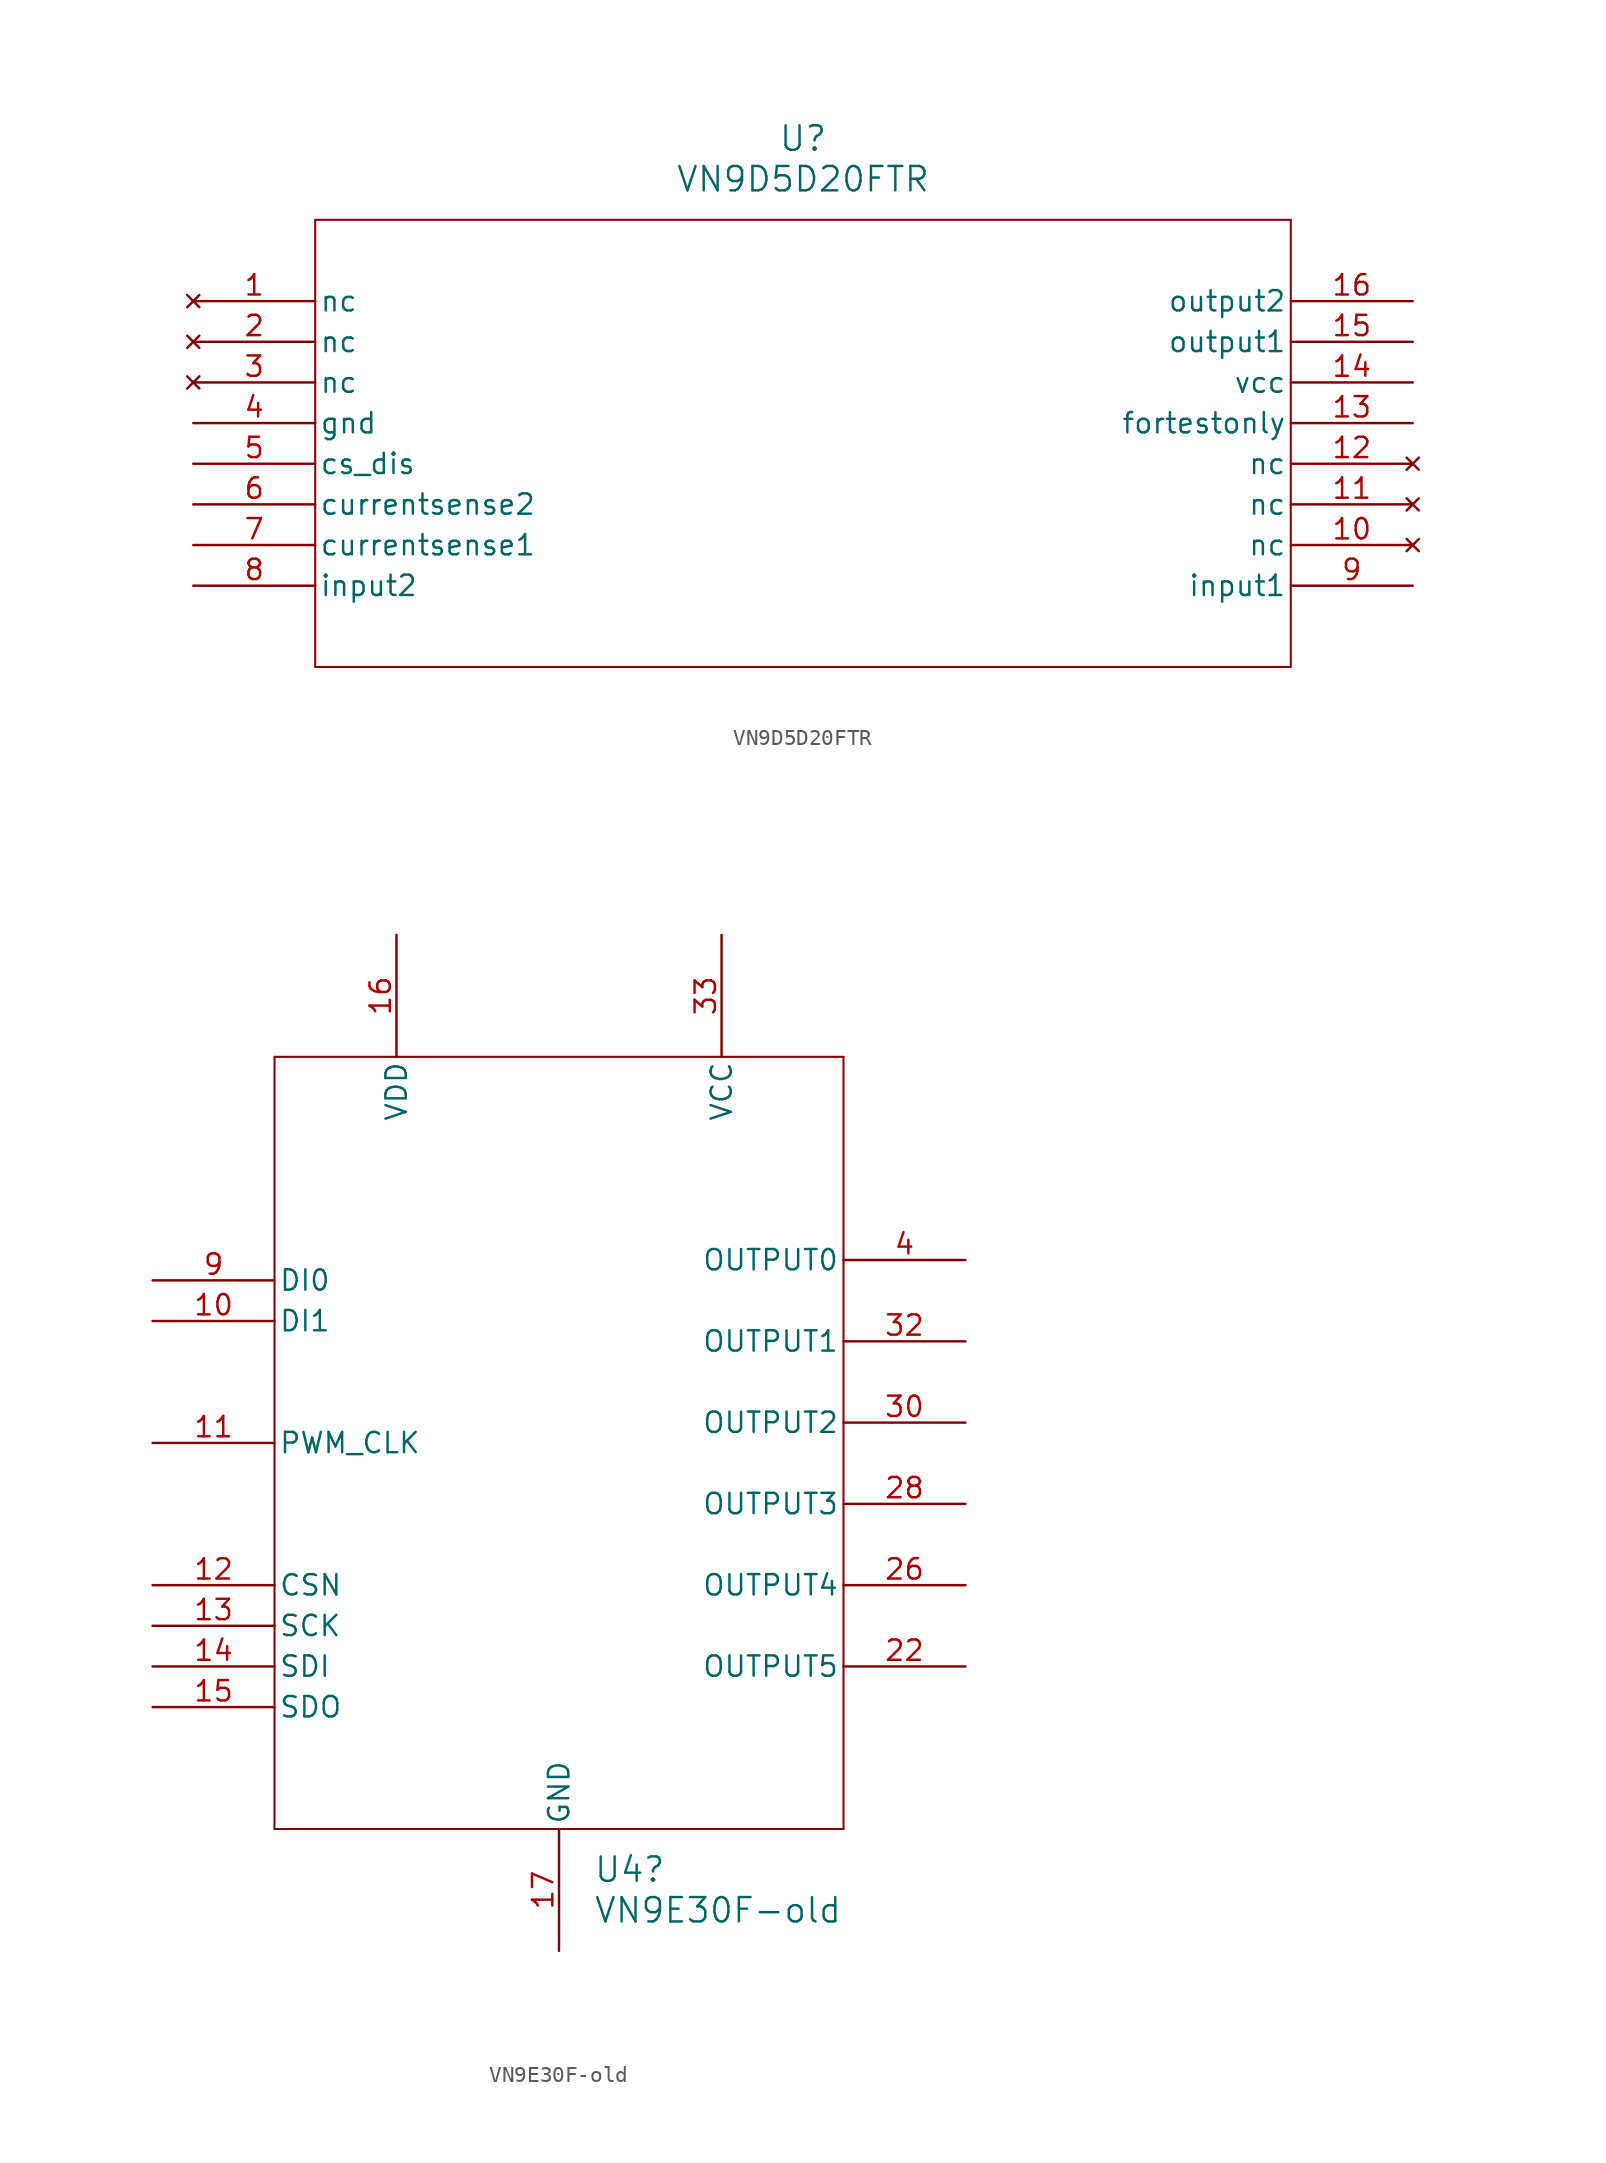
<source format=kicad_sym>
(kicad_symbol_lib
  (version 20241209)
  (generator "kicad_symbol_editor")
  (generator_version "9.0")
  (symbol "VN9D5D20FTR"
    (pin_names
      (offset 0.254))
    (property "Reference" "U"
      (at 38.1 10.16 0)
      (effects (font (size 1.524 1.524))))
    (property "Value" "VN9D5D20FTR"
      (at 38.1 7.62 0)
      (effects (font (size 1.524 1.524))))
    (property "ki_locked" ""
      (at 0 0 0)
      (effects (font (size 1.27 1.27))))
    (symbol "VN9D5D20FTR_0_1"
      (polyline (pts (xy 7.62 5.08) (xy 7.62 -22.86)) (stroke (width 0.127) (type default)) (fill (type none)))
      (polyline (pts (xy 7.62 -22.86) (xy 68.58 -22.86)) (stroke (width 0.127) (type default)) (fill (type none)))
      (polyline (pts (xy 68.58 5.08) (xy 7.62 5.08)) (stroke (width 0.127) (type default)) (fill (type none)))
      (polyline (pts (xy 68.58 -22.86) (xy 68.58 5.08)) (stroke (width 0.127) (type default)) (fill (type none)))
      (pin no_connect line (at 0 0 0) (length 7.62) (name "nc" (effects (font (size 1.27 1.27)))) (number "1" (effects (font (size 1.27 1.27)))))
      (pin no_connect line (at 0 -2.54 0) (length 7.62) (name "nc" (effects (font (size 1.27 1.27)))) (number "2" (effects (font (size 1.27 1.27)))))
      (pin no_connect line (at 0 -5.08 0) (length 7.62) (name "nc" (effects (font (size 1.27 1.27)))) (number "3" (effects (font (size 1.27 1.27)))))
      (pin power_out line (at 0 -7.62 0) (length 7.62) (name "gnd" (effects (font (size 1.27 1.27)))) (number "4" (effects (font (size 1.27 1.27)))))
      (pin unspecified line (at 0 -10.16 0) (length 7.62) (name "cs_dis" (effects (font (size 1.27 1.27)))) (number "5" (effects (font (size 1.27 1.27)))))
      (pin unspecified line (at 0 -12.7 0) (length 7.62) (name "currentsense2" (effects (font (size 1.27 1.27)))) (number "6" (effects (font (size 1.27 1.27)))))
      (pin unspecified line (at 0 -15.24 0) (length 7.62) (name "currentsense1" (effects (font (size 1.27 1.27)))) (number "7" (effects (font (size 1.27 1.27)))))
      (pin input line (at 0 -17.78 0) (length 7.62) (name "input2" (effects (font (size 1.27 1.27)))) (number "8" (effects (font (size 1.27 1.27)))))
      (pin output line (at 76.2 0 180) (length 7.62) (name "output2" (effects (font (size 1.27 1.27)))) (number "16" (effects (font (size 1.27 1.27)))))
      (pin output line (at 76.2 -2.54 180) (length 7.62) (name "output1" (effects (font (size 1.27 1.27)))) (number "15" (effects (font (size 1.27 1.27)))))
      (pin power_in line (at 76.2 -5.08 180) (length 7.62) (name "vcc" (effects (font (size 1.27 1.27)))) (number "14" (effects (font (size 1.27 1.27)))))
      (pin unspecified line (at 76.2 -7.62 180) (length 7.62) (name "fortestonly" (effects (font (size 1.27 1.27)))) (number "13" (effects (font (size 1.27 1.27)))))
      (pin no_connect line (at 76.2 -10.16 180) (length 7.62) (name "nc" (effects (font (size 1.27 1.27)))) (number "12" (effects (font (size 1.27 1.27)))))
      (pin no_connect line (at 76.2 -12.7 180) (length 7.62) (name "nc" (effects (font (size 1.27 1.27)))) (number "11" (effects (font (size 1.27 1.27)))))
      (pin no_connect line (at 76.2 -15.24 180) (length 7.62) (name "nc" (effects (font (size 1.27 1.27)))) (number "10" (effects (font (size 1.27 1.27)))))
      (pin input line (at 76.2 -17.78 180) (length 7.62) (name "input1" (effects (font (size 1.27 1.27)))) (number "9" (effects (font (size 1.27 1.27)))))))
  (symbol "VN9E30F-old"
    (pin_names
      (offset 0.254))
    (property "Reference" "U4"
      (at 27.543 -40.64 0)
      (effects (font (size 1.524 1.524)) (justify left)))
    (property "Value" "VN9E30F-old"
      (at 27.543 -43.18 0)
      (effects (font (size 1.524 1.524)) (justify left)))
    (symbol "VN9E30F-old_0_1"
      (polyline (pts (xy 7.62 10.16) (xy 7.62 -38.1)) (stroke (width 0.127) (type default)) (fill (type none)))
      (polyline (pts (xy 7.62 -38.1) (xy 43.18 -38.1)) (stroke (width 0.127) (type default)) (fill (type none)))
      (polyline (pts (xy 43.18 10.16) (xy 7.62 10.16)) (stroke (width 0.127) (type default)) (fill (type none)))
      (polyline (pts (xy 43.18 -38.1) (xy 43.18 10.16)) (stroke (width 0.127) (type default)) (fill (type none)))
      (pin bidirectional line (at 0 -3.81 0) (length 7.62) (name "DI0" (effects (font (size 1.27 1.27)))) (number "9" (effects (font (size 1.27 1.27)))))
      (pin bidirectional line (at 0 -6.35 0) (length 7.62) (name "DI1" (effects (font (size 1.27 1.27)))) (number "10" (effects (font (size 1.27 1.27)))))
      (pin input line (at 0 -27.94 0) (length 7.62) (name "SDI" (effects (font (size 1.27 1.27)))) (number "14" (effects (font (size 1.27 1.27)))))
      (pin output line (at 0 -30.48 0) (length 7.62) (name "SDO" (effects (font (size 1.27 1.27)))) (number "15" (effects (font (size 1.27 1.27)))))
      (pin output line (at 50.8 -7.62 180) (length 7.62) (name "OUTPUT1" (effects (font (size 1.27 1.27)))) (number "32" (effects (font (size 1.27 1.27)))))
      (pin output line (at 50.8 -17.78 180) (length 7.62) (name "OUTPUT3" (effects (font (size 1.27 1.27)))) (number "28" (effects (font (size 1.27 1.27)))))
      (pin output line (at 50.8 -22.86 180) (length 7.62) (name "OUTPUT4" (effects (font (size 1.27 1.27)))) (number "26" (effects (font (size 1.27 1.27))))))
    (symbol "VN9E30F-old_1_1"
      (pin input line (at 0 -13.97 0) (length 7.62) (name "PWM_CLK" (effects (font (size 1.27 1.27)))) (number "11" (effects (font (size 1.27 1.27)))))
      (pin input line (at 0 -22.86 0) (length 7.62) (name "CSN" (effects (font (size 1.27 1.27)))) (number "12" (effects (font (size 1.27 1.27)))))
      (pin input line (at 0 -25.4 0) (length 7.62) (name "SCK" (effects (font (size 1.27 1.27)))) (number "13" (effects (font (size 1.27 1.27)))))
      (pin power_in line (at 15.24 17.78 270) (length 7.62) (name "VDD" (effects (font (size 1.27 1.27)))) (number "16" (effects (font (size 1.27 1.27)))))
      (pin power_in line (at 25.4 -45.72 90) (length 7.62) (name "GND" (effects (font (size 1.27 1.27)))) (number "17" (effects (font (size 1.27 1.27)))))
      (pin power_in line (at 35.56 17.78 270) (length 7.62) (name "VCC" (effects (font (size 1.27 1.27)))) (number "33" (effects (font (size 1.27 1.27)))))
      (pin output line (at 50.8 -2.54 180) (length 7.62) (name "OUTPUT0" (effects (font (size 1.27 1.27)))) (number "4" (effects (font (size 1.27 1.27)))))
      (pin output line (at 50.8 -12.7 180) (length 7.62) (name "OUTPUT2" (effects (font (size 1.27 1.27)))) (number "30" (effects (font (size 1.27 1.27)))))
      (pin passive line (at 50.8 -27.94 180) (length 7.62) (name "OUTPUT5" (effects (font (size 1.27 1.27)))) (number "22" (effects (font (size 1.27 1.27))))))))
</source>
